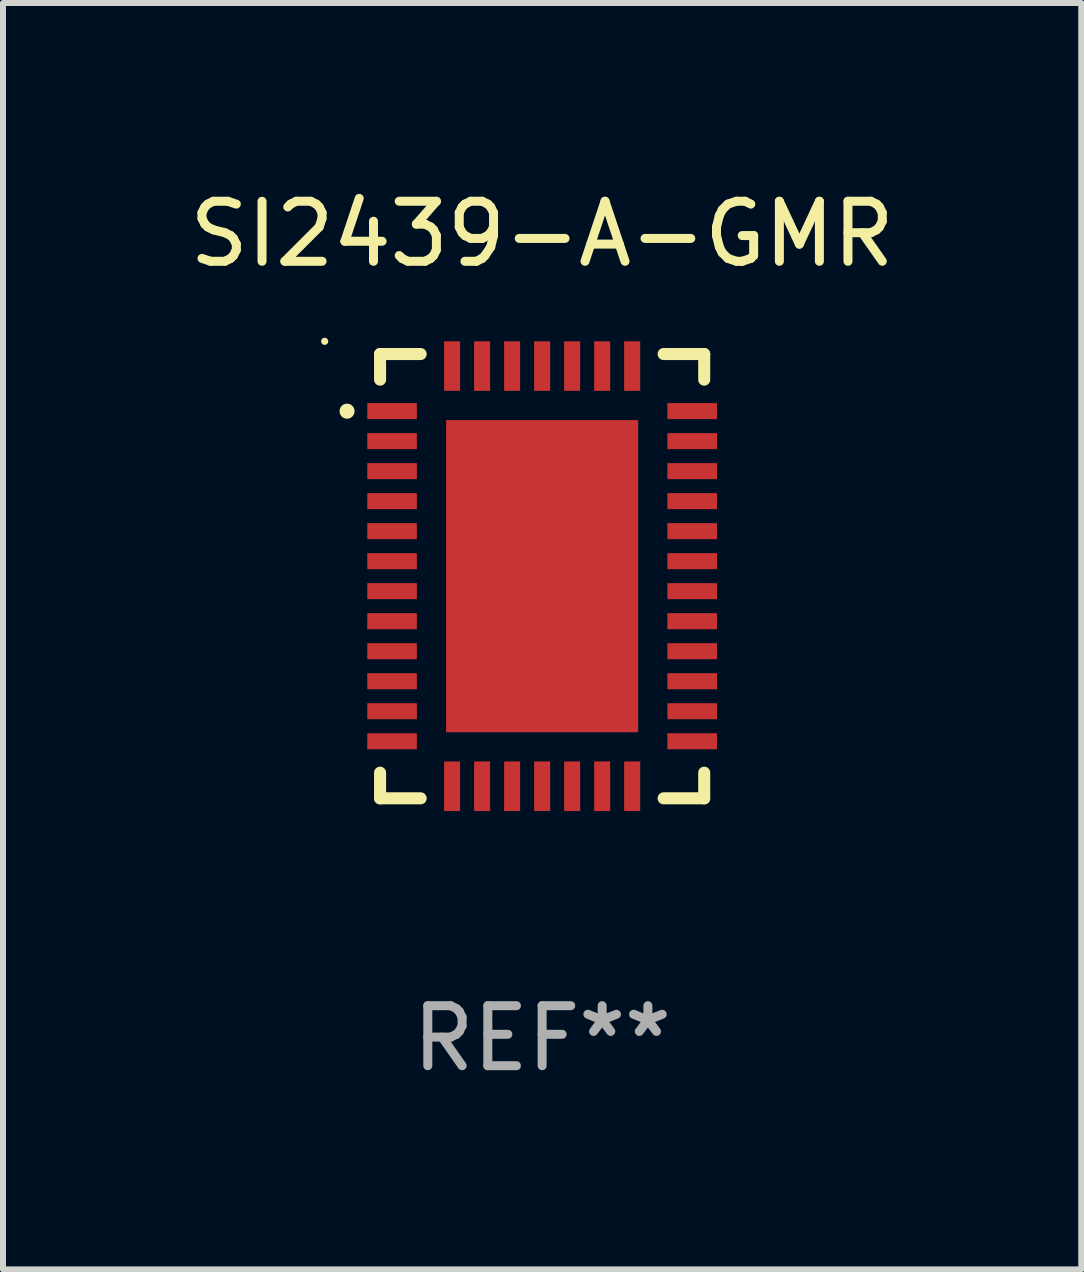
<source format=kicad_pcb>
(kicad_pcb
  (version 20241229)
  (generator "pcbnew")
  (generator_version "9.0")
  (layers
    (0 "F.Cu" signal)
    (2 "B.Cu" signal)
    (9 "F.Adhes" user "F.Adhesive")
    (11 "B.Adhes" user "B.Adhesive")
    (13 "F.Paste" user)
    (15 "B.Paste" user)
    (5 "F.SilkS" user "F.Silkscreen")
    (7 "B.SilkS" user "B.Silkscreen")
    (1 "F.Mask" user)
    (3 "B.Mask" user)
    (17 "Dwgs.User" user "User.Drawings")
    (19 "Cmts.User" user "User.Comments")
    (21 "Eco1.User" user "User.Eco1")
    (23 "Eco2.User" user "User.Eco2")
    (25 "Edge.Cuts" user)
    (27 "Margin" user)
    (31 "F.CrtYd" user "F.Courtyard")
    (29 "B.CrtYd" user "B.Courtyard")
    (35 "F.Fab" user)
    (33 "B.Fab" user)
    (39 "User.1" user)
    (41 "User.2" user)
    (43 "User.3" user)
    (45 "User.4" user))
  (footprint "SI2439-A-GMR"
    (layer "F.Cu")
    (at 5.982 6.549)
    (property "Reference" "SI2439-A-GMR" (at 0 -5.701 0) (layer "F.SilkS") (effects (font (size 1 1) (thickness 0.15))))
    (attr through_hole)
    (fp_line (start -2.7 -3.701) (end -2.024 -3.701) (stroke (width 0.201) (type solid)) (layer "F.SilkS"))
    (fp_line (start -2.7 -3.274) (end -2.7 -3.701) (stroke (width 0.201) (type solid)) (layer "F.SilkS"))
    (fp_line (start -2.7 3.274) (end -2.7 3.701) (stroke (width 0.201) (type solid)) (layer "F.SilkS"))
    (fp_line (start -2.7 3.701) (end -2.024 3.701) (stroke (width 0.201) (type solid)) (layer "F.SilkS"))
    (fp_line (start 2.024 -3.701) (end 2.7 -3.701) (stroke (width 0.201) (type solid)) (layer "F.SilkS"))
    (fp_line (start 2.024 3.701) (end 2.7 3.701) (stroke (width 0.201) (type solid)) (layer "F.SilkS"))
    (fp_line (start 2.7 -3.701) (end 2.7 -3.274) (stroke (width 0.201) (type solid)) (layer "F.SilkS"))
    (fp_line (start 2.7 3.701) (end 2.7 3.274) (stroke (width 0.201) (type solid)) (layer "F.SilkS"))
    (fp_arc (start -3.250013 -2.747473) (mid -3.250019 -2.748743) (end -3.250013 -2.750013) (stroke (width 0.24892) (type solid)) (layer "F.SilkS"))
    (fp_circle (center -3.623 -3.913) (end -3.593 -3.913) (stroke (width 0.06) (type solid)) (fill no) (layer "F.SilkS"))
    (fp_text user "REF**" (at 0 7.701 0) (layer "F.Fab") (effects (font (size 1 1) (thickness 0.15))))
    (pad "1" smd rect (at -2.5 -2.75 90) (size 0.267 0.826) (layers "F.Cu" "F.Mask" "F.Paste"))
    (pad "2" smd rect (at -2.5 -2.25 90) (size 0.267 0.826) (layers "F.Cu" "F.Mask" "F.Paste"))
    (pad "3" smd rect (at -2.5 -1.75 90) (size 0.267 0.826) (layers "F.Cu" "F.Mask" "F.Paste"))
    (pad "4" smd rect (at -2.5 -1.25 90) (size 0.267 0.826) (layers "F.Cu" "F.Mask" "F.Paste"))
    (pad "5" smd rect (at -2.5 -0.75 90) (size 0.267 0.826) (layers "F.Cu" "F.Mask" "F.Paste"))
    (pad "6" smd rect (at -2.5 -0.25 90) (size 0.267 0.826) (layers "F.Cu" "F.Mask" "F.Paste"))
    (pad "7" smd rect (at -2.5 0.25 90) (size 0.267 0.826) (layers "F.Cu" "F.Mask" "F.Paste"))
    (pad "8" smd rect (at -2.5 0.75 90) (size 0.267 0.826) (layers "F.Cu" "F.Mask" "F.Paste"))
    (pad "9" smd rect (at -2.5 1.25 90) (size 0.267 0.826) (layers "F.Cu" "F.Mask" "F.Paste"))
    (pad "10" smd rect (at -2.5 1.75 90) (size 0.267 0.826) (layers "F.Cu" "F.Mask" "F.Paste"))
    (pad "11" smd rect (at -2.5 2.25 90) (size 0.267 0.826) (layers "F.Cu" "F.Mask" "F.Paste"))
    (pad "12" smd rect (at -2.5 2.75 90) (size 0.267 0.826) (layers "F.Cu" "F.Mask" "F.Paste"))
    (pad "13" smd rect (at -1.5 3.5) (size 0.267 0.826) (layers "F.Cu" "F.Mask" "F.Paste"))
    (pad "14" smd rect (at -1 3.5) (size 0.267 0.826) (layers "F.Cu" "F.Mask" "F.Paste"))
    (pad "15" smd rect (at -0.5 3.5) (size 0.267 0.826) (layers "F.Cu" "F.Mask" "F.Paste"))
    (pad "16" smd rect (at 0 3.5) (size 0.267 0.826) (layers "F.Cu" "F.Mask" "F.Paste"))
    (pad "17" smd rect (at 0.5 3.5) (size 0.267 0.826) (layers "F.Cu" "F.Mask" "F.Paste"))
    (pad "18" smd rect (at 1 3.5) (size 0.267 0.826) (layers "F.Cu" "F.Mask" "F.Paste"))
    (pad "19" smd rect (at 1.5 3.5) (size 0.267 0.826) (layers "F.Cu" "F.Mask" "F.Paste"))
    (pad "20" smd rect (at 2.5 2.75 90) (size 0.267 0.826) (layers "F.Cu" "F.Mask" "F.Paste"))
    (pad "21" smd rect (at 2.5 2.25 90) (size 0.267 0.826) (layers "F.Cu" "F.Mask" "F.Paste"))
    (pad "22" smd rect (at 2.5 1.75 90) (size 0.267 0.826) (layers "F.Cu" "F.Mask" "F.Paste"))
    (pad "23" smd rect (at 2.5 1.25 90) (size 0.267 0.826) (layers "F.Cu" "F.Mask" "F.Paste"))
    (pad "24" smd rect (at 2.5 0.75 90) (size 0.267 0.826) (layers "F.Cu" "F.Mask" "F.Paste"))
    (pad "25" smd rect (at 2.5 0.25 90) (size 0.267 0.826) (layers "F.Cu" "F.Mask" "F.Paste"))
    (pad "26" smd rect (at 2.5 -0.25 90) (size 0.267 0.826) (layers "F.Cu" "F.Mask" "F.Paste"))
    (pad "27" smd rect (at 2.5 -0.75 90) (size 0.267 0.826) (layers "F.Cu" "F.Mask" "F.Paste"))
    (pad "28" smd rect (at 2.5 -1.25 90) (size 0.267 0.826) (layers "F.Cu" "F.Mask" "F.Paste"))
    (pad "29" smd rect (at 2.5 -1.75 90) (size 0.267 0.826) (layers "F.Cu" "F.Mask" "F.Paste"))
    (pad "30" smd rect (at 2.5 -2.25 90) (size 0.267 0.826) (layers "F.Cu" "F.Mask" "F.Paste"))
    (pad "31" smd rect (at 2.5 -2.75 90) (size 0.267 0.826) (layers "F.Cu" "F.Mask" "F.Paste"))
    (pad "32" smd rect (at 1.5 -3.5) (size 0.267 0.826) (layers "F.Cu" "F.Mask" "F.Paste"))
    (pad "33" smd rect (at 1 -3.5) (size 0.267 0.826) (layers "F.Cu" "F.Mask" "F.Paste"))
    (pad "34" smd rect (at 0.5 -3.5) (size 0.267 0.826) (layers "F.Cu" "F.Mask" "F.Paste"))
    (pad "35" smd rect (at 0 -3.5) (size 0.267 0.826) (layers "F.Cu" "F.Mask" "F.Paste"))
    (pad "36" smd rect (at -0.5 -3.5) (size 0.267 0.826) (layers "F.Cu" "F.Mask" "F.Paste"))
    (pad "37" smd rect (at -1 -3.5) (size 0.267 0.826) (layers "F.Cu" "F.Mask" "F.Paste"))
    (pad "38" smd rect (at -1.5 -3.5) (size 0.267 0.826) (layers "F.Cu" "F.Mask" "F.Paste"))
    (pad "39" smd rect (at 0 0) (size 3.2 5.2) (layers "F.Cu" "F.Mask" "F.Paste")))
  (gr_rect
    (start -3 -3)
    (end 14.964 18.098)
    (stroke (width 0.1) (type default))
    (fill no)
    (layer "Edge.Cuts")))
</source>
